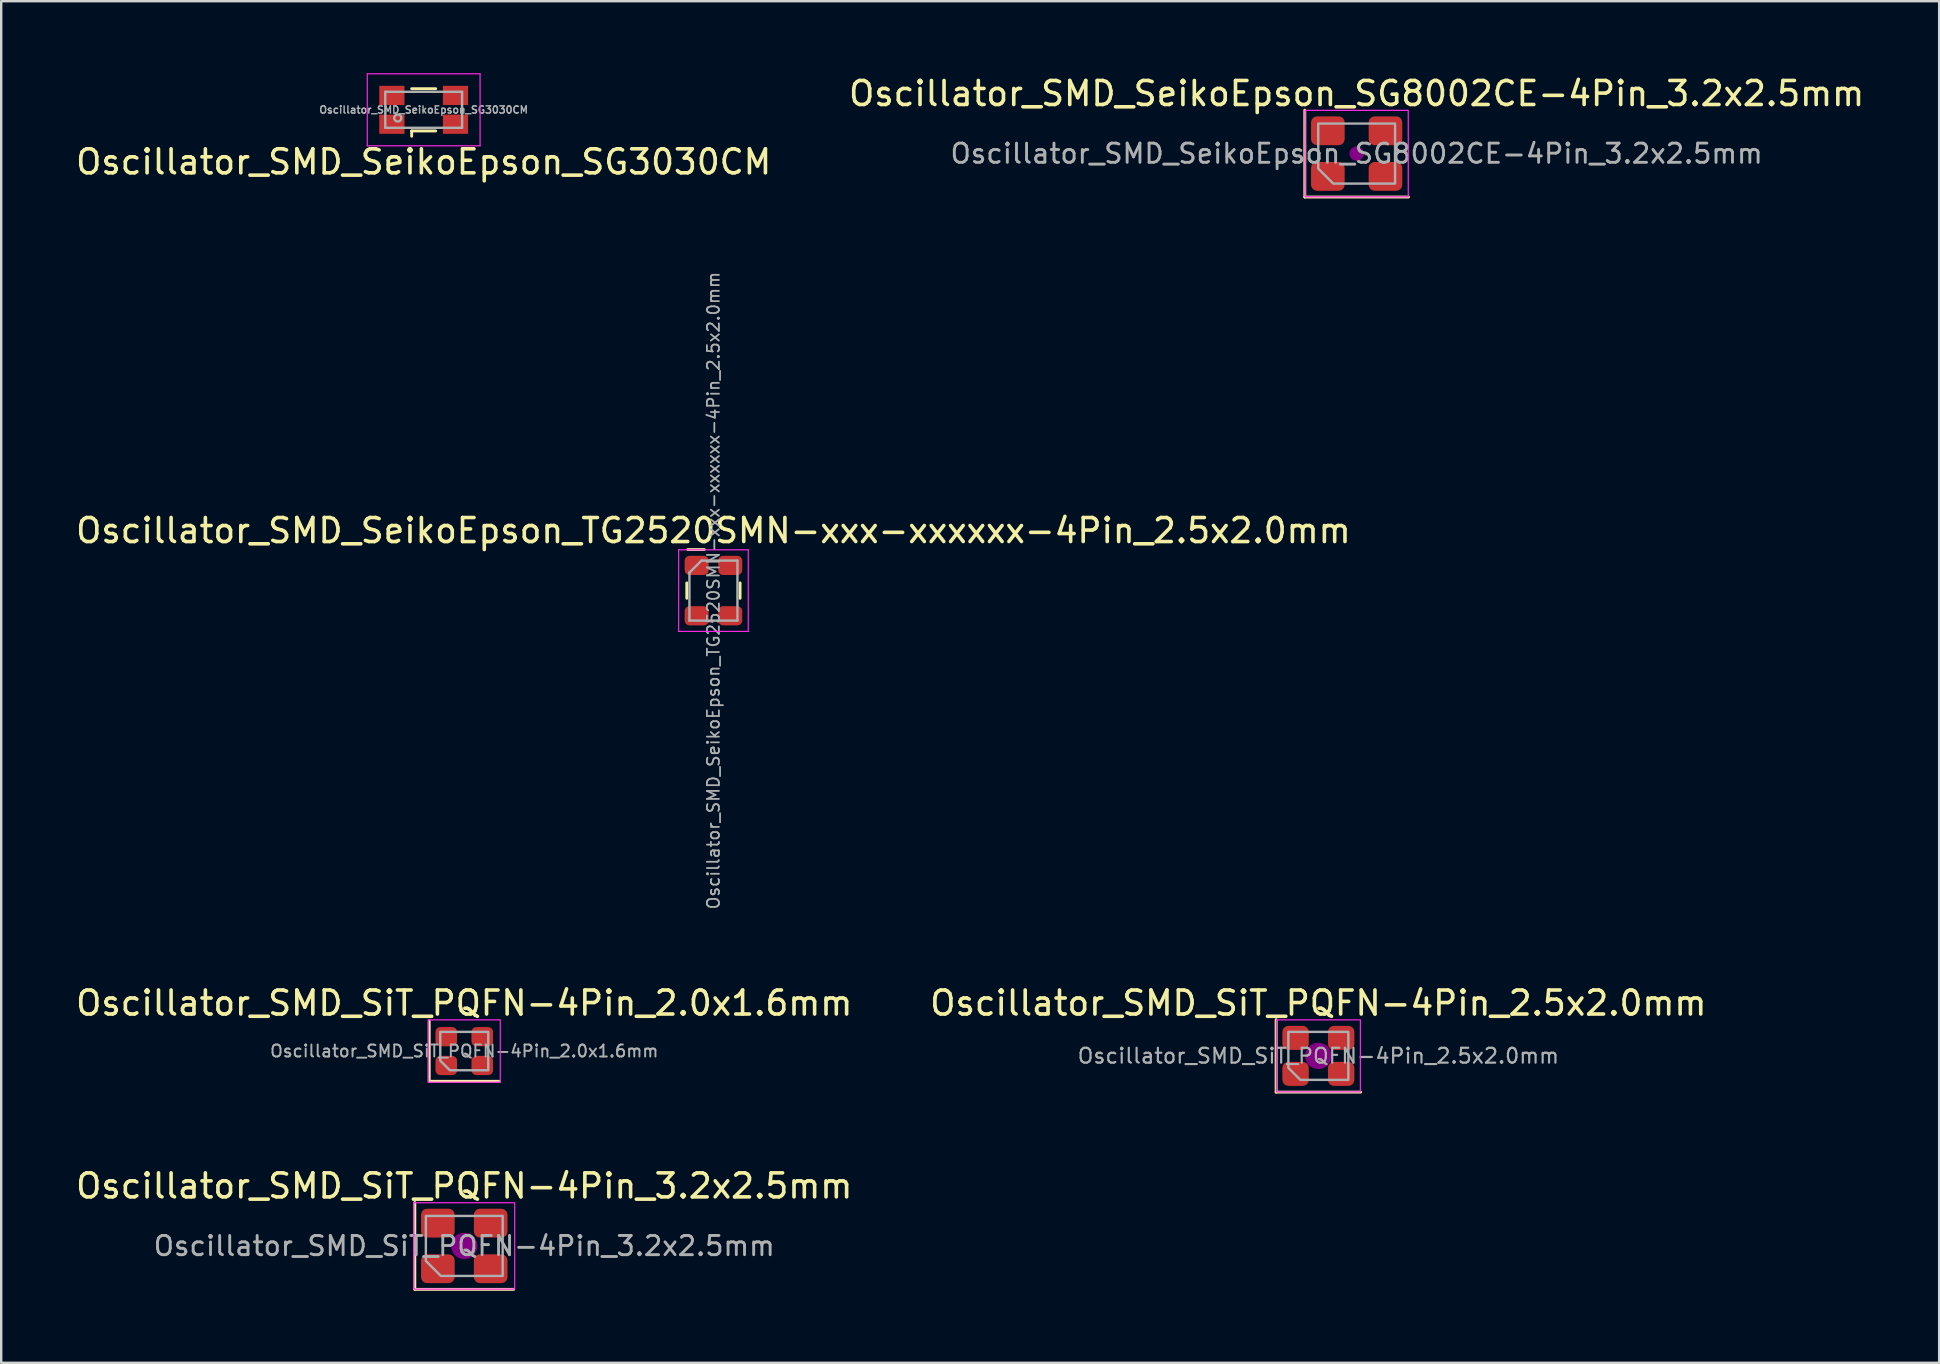
<source format=kicad_pcb>
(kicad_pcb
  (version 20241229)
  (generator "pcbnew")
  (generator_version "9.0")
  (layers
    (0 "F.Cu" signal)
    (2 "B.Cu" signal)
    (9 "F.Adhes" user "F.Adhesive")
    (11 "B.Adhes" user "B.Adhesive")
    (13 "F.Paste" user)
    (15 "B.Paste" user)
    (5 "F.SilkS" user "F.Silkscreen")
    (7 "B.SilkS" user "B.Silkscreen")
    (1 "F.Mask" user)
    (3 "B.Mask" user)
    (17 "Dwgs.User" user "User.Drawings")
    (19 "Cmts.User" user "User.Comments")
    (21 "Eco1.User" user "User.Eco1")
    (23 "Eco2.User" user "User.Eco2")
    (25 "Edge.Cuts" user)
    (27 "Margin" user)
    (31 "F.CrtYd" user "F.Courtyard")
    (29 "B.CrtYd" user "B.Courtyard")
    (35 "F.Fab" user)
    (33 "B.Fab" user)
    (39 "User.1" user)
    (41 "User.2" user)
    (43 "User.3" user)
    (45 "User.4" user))
  (footprint "Oscillator_SMD_SiT_PQFN-4Pin_2.0x1.6mm"
    (layer "F.Cu")
    (at 16.292 40.739)
    (property "Reference" "Oscillator_SMD_SiT_PQFN-4Pin_2.0x1.6mm" (at 0 -2 0) (layer "F.SilkS") (effects (font (size 1 1) (thickness 0.15))))
    (attr smd)
    (fp_line (start -1.46 -1.26) (end -1.46 1.26) (stroke (width 0.12) (type solid)) (layer "F.SilkS"))
    (fp_line (start -1.46 1.26) (end 1.46 1.26) (stroke (width 0.12) (type solid)) (layer "F.SilkS"))
    (fp_rect (start -1.5 -1.3) (end 1.5 1.3) (stroke (width 0.05) (type solid)) (fill no) (layer "F.CrtYd"))
    (fp_poly (pts (xy -1 -0.8) (xy -1 0.4) (xy -0.6 0.8) (xy 1 0.8) (xy 1 -0.8)) (stroke (width 0.1) (type solid)) (fill no) (layer "F.Fab"))
    (fp_text user "${REFERENCE}" (at 0 0 0) (layer "F.Fab") (effects (font (size 0.5 0.5) (thickness 0.08))))
    (pad "1" smd roundrect (at -0.75 0.6) (size 0.9 0.8) (layers "F.Cu" "F.Mask" "F.Paste") (roundrect_rratio 0.25))
    (pad "2" smd roundrect (at 0.75 0.6) (size 0.9 0.8) (layers "F.Cu" "F.Mask" "F.Paste") (roundrect_rratio 0.25))
    (pad "3" smd roundrect (at 0.75 -0.6) (size 0.9 0.8) (layers "F.Cu" "F.Mask" "F.Paste") (roundrect_rratio 0.25))
    (pad "4" smd roundrect (at -0.75 -0.6) (size 0.9 0.8) (layers "F.Cu" "F.Mask" "F.Paste") (roundrect_rratio 0.25)))
  (footprint "Oscillator_SMD_SeikoEpson_SG8002CE-4Pin_3.2x2.5mm"
    (layer "F.Cu")
    (at 53.47 3.348)
    (property "Reference" "Oscillator_SMD_SeikoEpson_SG8002CE-4Pin_3.2x2.5mm" (at 0 -2.5 0) (layer "F.SilkS") (effects (font (size 1 1) (thickness 0.15))))
    (attr smd)
    (fp_line (start -2.16 -1.81) (end -2.16 1.81) (stroke (width 0.12) (type solid)) (layer "F.SilkS"))
    (fp_line (start -2.16 1.81) (end 2.16 1.81) (stroke (width 0.12) (type solid)) (layer "F.SilkS"))
    (fp_circle (center 0 0) (end 0.25 0) (stroke (width 0.1) (type solid)) (fill yes) (layer "F.Adhes"))
    (fp_rect (start -2.15 -1.8) (end 2.15 1.8) (stroke (width 0.05) (type solid)) (fill no) (layer "F.CrtYd"))
    (fp_poly (pts (xy -1.6 -1.25) (xy -1.6 0.625) (xy -0.975 1.25) (xy 1.6 1.25) (xy 1.6 -1.25)) (stroke (width 0.1) (type solid)) (fill no) (layer "F.Fab"))
    (fp_text user "${REFERENCE}" (at 0 0 0) (layer "F.Fab") (effects (font (size 0.8 0.8) (thickness 0.12))))
    (pad "1" smd roundrect (at -1.2 0.95) (size 1.4 1.2) (layers "F.Cu" "F.Mask" "F.Paste") (roundrect_rratio 0.208))
    (pad "2" smd roundrect (at 1.2 0.95) (size 1.4 1.2) (layers "F.Cu" "F.Mask" "F.Paste") (roundrect_rratio 0.208))
    (pad "3" smd roundrect (at 1.2 -0.95) (size 1.4 1.2) (layers "F.Cu" "F.Mask" "F.Paste") (roundrect_rratio 0.208))
    (pad "4" smd roundrect (at -1.2 -0.95) (size 1.4 1.2) (layers "F.Cu" "F.Mask" "F.Paste") (roundrect_rratio 0.208)))
  (footprint "Oscillator_SMD_SeikoEpson_TG2520SMN-xxx-xxxxxx-4Pin_2.5x2.0mm"
    (layer "F.Cu")
    (at 26.673 21.555)
    (property "Reference" "Oscillator_SMD_SeikoEpson_TG2520SMN-xxx-xxxxxx-4Pin_2.5x2.0mm" (at 0 -2.5 0) (layer "F.SilkS") (effects (font (size 1 1) (thickness 0.15))))
    (attr smd)
    (fp_line (start -1.11 0.32) (end -1.11 -0.32) (stroke (width 0.12) (type solid)) (layer "F.SilkS"))
    (fp_line (start -0.38 -1.71) (end -1.07 -1.71) (stroke (width 0.12) (type solid)) (layer "F.SilkS"))
    (fp_line (start 1.11 0.32) (end 1.11 -0.32) (stroke (width 0.12) (type solid)) (layer "F.SilkS"))
    (fp_line (start -1.45 -1.7) (end -1.45 1.7) (stroke (width 0.05) (type solid)) (layer "F.CrtYd"))
    (fp_line (start -1.45 -1.7) (end 1.45 -1.7) (stroke (width 0.05) (type solid)) (layer "F.CrtYd"))
    (fp_line (start -1.45 1.7) (end 1.45 1.7) (stroke (width 0.05) (type solid)) (layer "F.CrtYd"))
    (fp_line (start 1.45 -1.7) (end 1.45 1.7) (stroke (width 0.05) (type solid)) (layer "F.CrtYd"))
    (fp_line (start -1 -0.75) (end -1 1.25) (stroke (width 0.1) (type solid)) (layer "F.Fab"))
    (fp_line (start -1 -0.75) (end -0.5 -1.25) (stroke (width 0.1) (type solid)) (layer "F.Fab"))
    (fp_line (start -1 1.25) (end 1 1.25) (stroke (width 0.1) (type solid)) (layer "F.Fab"))
    (fp_line (start -0.5 -1.25) (end 1 -1.25) (stroke (width 0.1) (type solid)) (layer "F.Fab"))
    (fp_line (start 1 -1.25) (end 1 1.25) (stroke (width 0.1) (type solid)) (layer "F.Fab"))
    (fp_text user "${REFERENCE}" (at 0 0 90) (layer "F.Fab") (effects (font (size 0.5 0.5) (thickness 0.075))))
    (pad "1" smd roundrect (at -0.7 -1.05) (size 1 0.8) (layers "F.Cu" "F.Mask" "F.Paste") (roundrect_rratio 0.25))
    (pad "2" smd roundrect (at -0.7 1.05) (size 1 0.8) (layers "F.Cu" "F.Mask" "F.Paste") (roundrect_rratio 0.25))
    (pad "3" smd roundrect (at 0.7 1.05) (size 1 0.8) (layers "F.Cu" "F.Mask" "F.Paste") (roundrect_rratio 0.25))
    (pad "4" smd roundrect (at 0.7 -1.05) (size 1 0.8) (layers "F.Cu" "F.Mask" "F.Paste") (roundrect_rratio 0.25))
    (zone (net_name "") (layers "F.Cu" "F.SilkS") (hatch edge 0.508) (connect_pads) (min_thickness 0.254) (filled_areas_thickness no) (keepout (tracks not_allowed) (vias not_allowed) (pads not_allowed) (copperpour not_allowed) (footprints allowed)) (placement (enabled no)) (fill) (polygon (pts (xy 26.523 20.255) (xy 26.823 20.255) (xy 26.823 20.955) (xy 27.673 20.955) (xy 27.673 22.155) (xy 26.823 22.155) (xy 26.823 22.805) (xy 26.523 22.805) (xy 26.523 22.155) (xy 25.673 22.155) (xy 25.673 20.955) (xy 26.523 20.955)))))
  (footprint "Oscillator_SMD_SiT_PQFN-4Pin_3.2x2.5mm"
    (layer "F.Cu")
    (at 16.292 48.857)
    (property "Reference" "Oscillator_SMD_SiT_PQFN-4Pin_3.2x2.5mm" (at 0 -2.5 0) (layer "F.SilkS") (effects (font (size 1 1) (thickness 0.15))))
    (attr smd)
    (fp_line (start -2.06 -1.81) (end -2.06 1.81) (stroke (width 0.12) (type solid)) (layer "F.SilkS"))
    (fp_line (start -2.06 1.81) (end 2.06 1.81) (stroke (width 0.12) (type solid)) (layer "F.SilkS"))
    (fp_circle (center 0 0) (end 0.5 0) (stroke (width 0.1) (type solid)) (fill yes) (layer "F.Adhes"))
    (fp_rect (start -2.1 -1.8) (end 2.1 1.8) (stroke (width 0.05) (type solid)) (fill no) (layer "F.CrtYd"))
    (fp_poly (pts (xy -1.6 -1.25) (xy -1.6 0.625) (xy -0.975 1.25) (xy 1.6 1.25) (xy 1.6 -1.25)) (stroke (width 0.1) (type solid)) (fill no) (layer "F.Fab"))
    (fp_text user "${REFERENCE}" (at 0 0 0) (layer "F.Fab") (effects (font (size 0.8 0.8) (thickness 0.12))))
    (pad "1" smd roundrect (at -1.1 0.95) (size 1.4 1.2) (layers "F.Cu" "F.Mask" "F.Paste") (roundrect_rratio 0.208))
    (pad "2" smd roundrect (at 1.1 0.95) (size 1.4 1.2) (layers "F.Cu" "F.Mask" "F.Paste") (roundrect_rratio 0.208))
    (pad "3" smd roundrect (at 1.1 -0.95) (size 1.4 1.2) (layers "F.Cu" "F.Mask" "F.Paste") (roundrect_rratio 0.208))
    (pad "4" smd roundrect (at -1.1 -0.95) (size 1.4 1.2) (layers "F.Cu" "F.Mask" "F.Paste") (roundrect_rratio 0.208)))
  (footprint "Oscillator_SMD_SeikoEpson_SG3030CM"
    (layer "F.Cu")
    (at 14.601 1.525)
    (property "Reference" "Oscillator_SMD_SeikoEpson_SG3030CM" (at 0 2.17 0) (layer "F.SilkS") (effects (font (size 1 1) (thickness 0.15))))
    (attr smd)
    (fp_line (start -0.5 -0.88) (end 0.5 -0.88) (stroke (width 0.12) (type solid)) (layer "F.SilkS"))
    (fp_line (start -0.5 0.88) (end 0.5 0.88) (stroke (width 0.12) (type solid)) (layer "F.SilkS"))
    (fp_line (start -0.5 1.1) (end -0.5 0.88) (stroke (width 0.12) (type solid)) (layer "F.SilkS"))
    (fp_line (start -2.35 -1.5) (end 2.35 -1.5) (stroke (width 0.05) (type solid)) (layer "F.CrtYd"))
    (fp_line (start -2.35 1.5) (end -2.35 -1.5) (stroke (width 0.05) (type solid)) (layer "F.CrtYd"))
    (fp_line (start 2.35 -1.5) (end 2.35 1.5) (stroke (width 0.05) (type solid)) (layer "F.CrtYd"))
    (fp_line (start 2.35 1.5) (end -2.35 1.5) (stroke (width 0.05) (type solid)) (layer "F.CrtYd"))
    (fp_line (start -1.6 -0.75) (end -1.6 0.75) (stroke (width 0.1) (type solid)) (layer "F.Fab"))
    (fp_line (start -1.6 -0.75) (end 1.6 -0.75) (stroke (width 0.1) (type solid)) (layer "F.Fab"))
    (fp_line (start 1.6 -0.75) (end 1.6 0.75) (stroke (width 0.1) (type solid)) (layer "F.Fab"))
    (fp_line (start 1.6 0.75) (end -1.6 0.75) (stroke (width 0.1) (type solid)) (layer "F.Fab"))
    (fp_circle (center -1.08 0.34) (end -0.94 0.29) (stroke (width 0.1) (type solid)) (fill no) (layer "F.Fab"))
    (fp_text user "${REFERENCE}" (at 0 0 0) (layer "F.Fab") (effects (font (size 0.3 0.3) (thickness 0.06))))
    (pad "1" smd rect (at -1.325 0.6) (size 1.05 0.8) (layers "F.Cu" "F.Mask" "F.Paste"))
    (pad "2" smd rect (at 1.325 0.6) (size 1.05 0.8) (layers "F.Cu" "F.Mask" "F.Paste"))
    (pad "3" smd rect (at 1.325 -0.6) (size 1.05 0.8) (layers "F.Cu" "F.Mask" "F.Paste"))
    (pad "4" smd rect (at -1.325 -0.6) (size 1.05 0.8) (layers "F.Cu" "F.Mask" "F.Paste")))
  (footprint "Oscillator_SMD_SiT_PQFN-4Pin_2.5x2.0mm"
    (layer "F.Cu")
    (at 51.875 40.939)
    (property "Reference" "Oscillator_SMD_SiT_PQFN-4Pin_2.5x2.0mm" (at 0 -2.2 0) (layer "F.SilkS") (effects (font (size 1 1) (thickness 0.15))))
    (attr smd)
    (fp_line (start -1.76 -1.51) (end -1.76 1.51) (stroke (width 0.12) (type solid)) (layer "F.SilkS"))
    (fp_line (start -1.76 1.51) (end 1.76 1.51) (stroke (width 0.12) (type solid)) (layer "F.SilkS"))
    (fp_circle (center 0 0) (end 0.5 0) (stroke (width 0.1) (type solid)) (fill yes) (layer "F.Adhes"))
    (fp_rect (start -1.75 -1.5) (end 1.75 1.5) (stroke (width 0.05) (type solid)) (fill no) (layer "F.CrtYd"))
    (fp_poly (pts (xy -1.25 -1) (xy -1.25 0.5) (xy -0.75 1) (xy 1.25 1) (xy 1.25 -1)) (stroke (width 0.1) (type solid)) (fill no) (layer "F.Fab"))
    (fp_text user "${REFERENCE}" (at 0 0 0) (layer "F.Fab") (effects (font (size 0.62 0.62) (thickness 0.09))))
    (pad "1" smd roundrect (at -0.95 0.75) (size 1.1 1) (layers "F.Cu" "F.Mask" "F.Paste") (roundrect_rratio 0.25))
    (pad "2" smd roundrect (at 0.95 0.75) (size 1.1 1) (layers "F.Cu" "F.Mask" "F.Paste") (roundrect_rratio 0.25))
    (pad "3" smd roundrect (at 0.95 -0.75) (size 1.1 1) (layers "F.Cu" "F.Mask" "F.Paste") (roundrect_rratio 0.25))
    (pad "4" smd roundrect (at -0.95 -0.75) (size 1.1 1) (layers "F.Cu" "F.Mask" "F.Paste") (roundrect_rratio 0.25)))
  (gr_rect
    (start -3 -3)
    (end 77.738 53.727)
    (stroke (width 0.1) (type default))
    (fill no)
    (layer "Edge.Cuts")))
</source>
